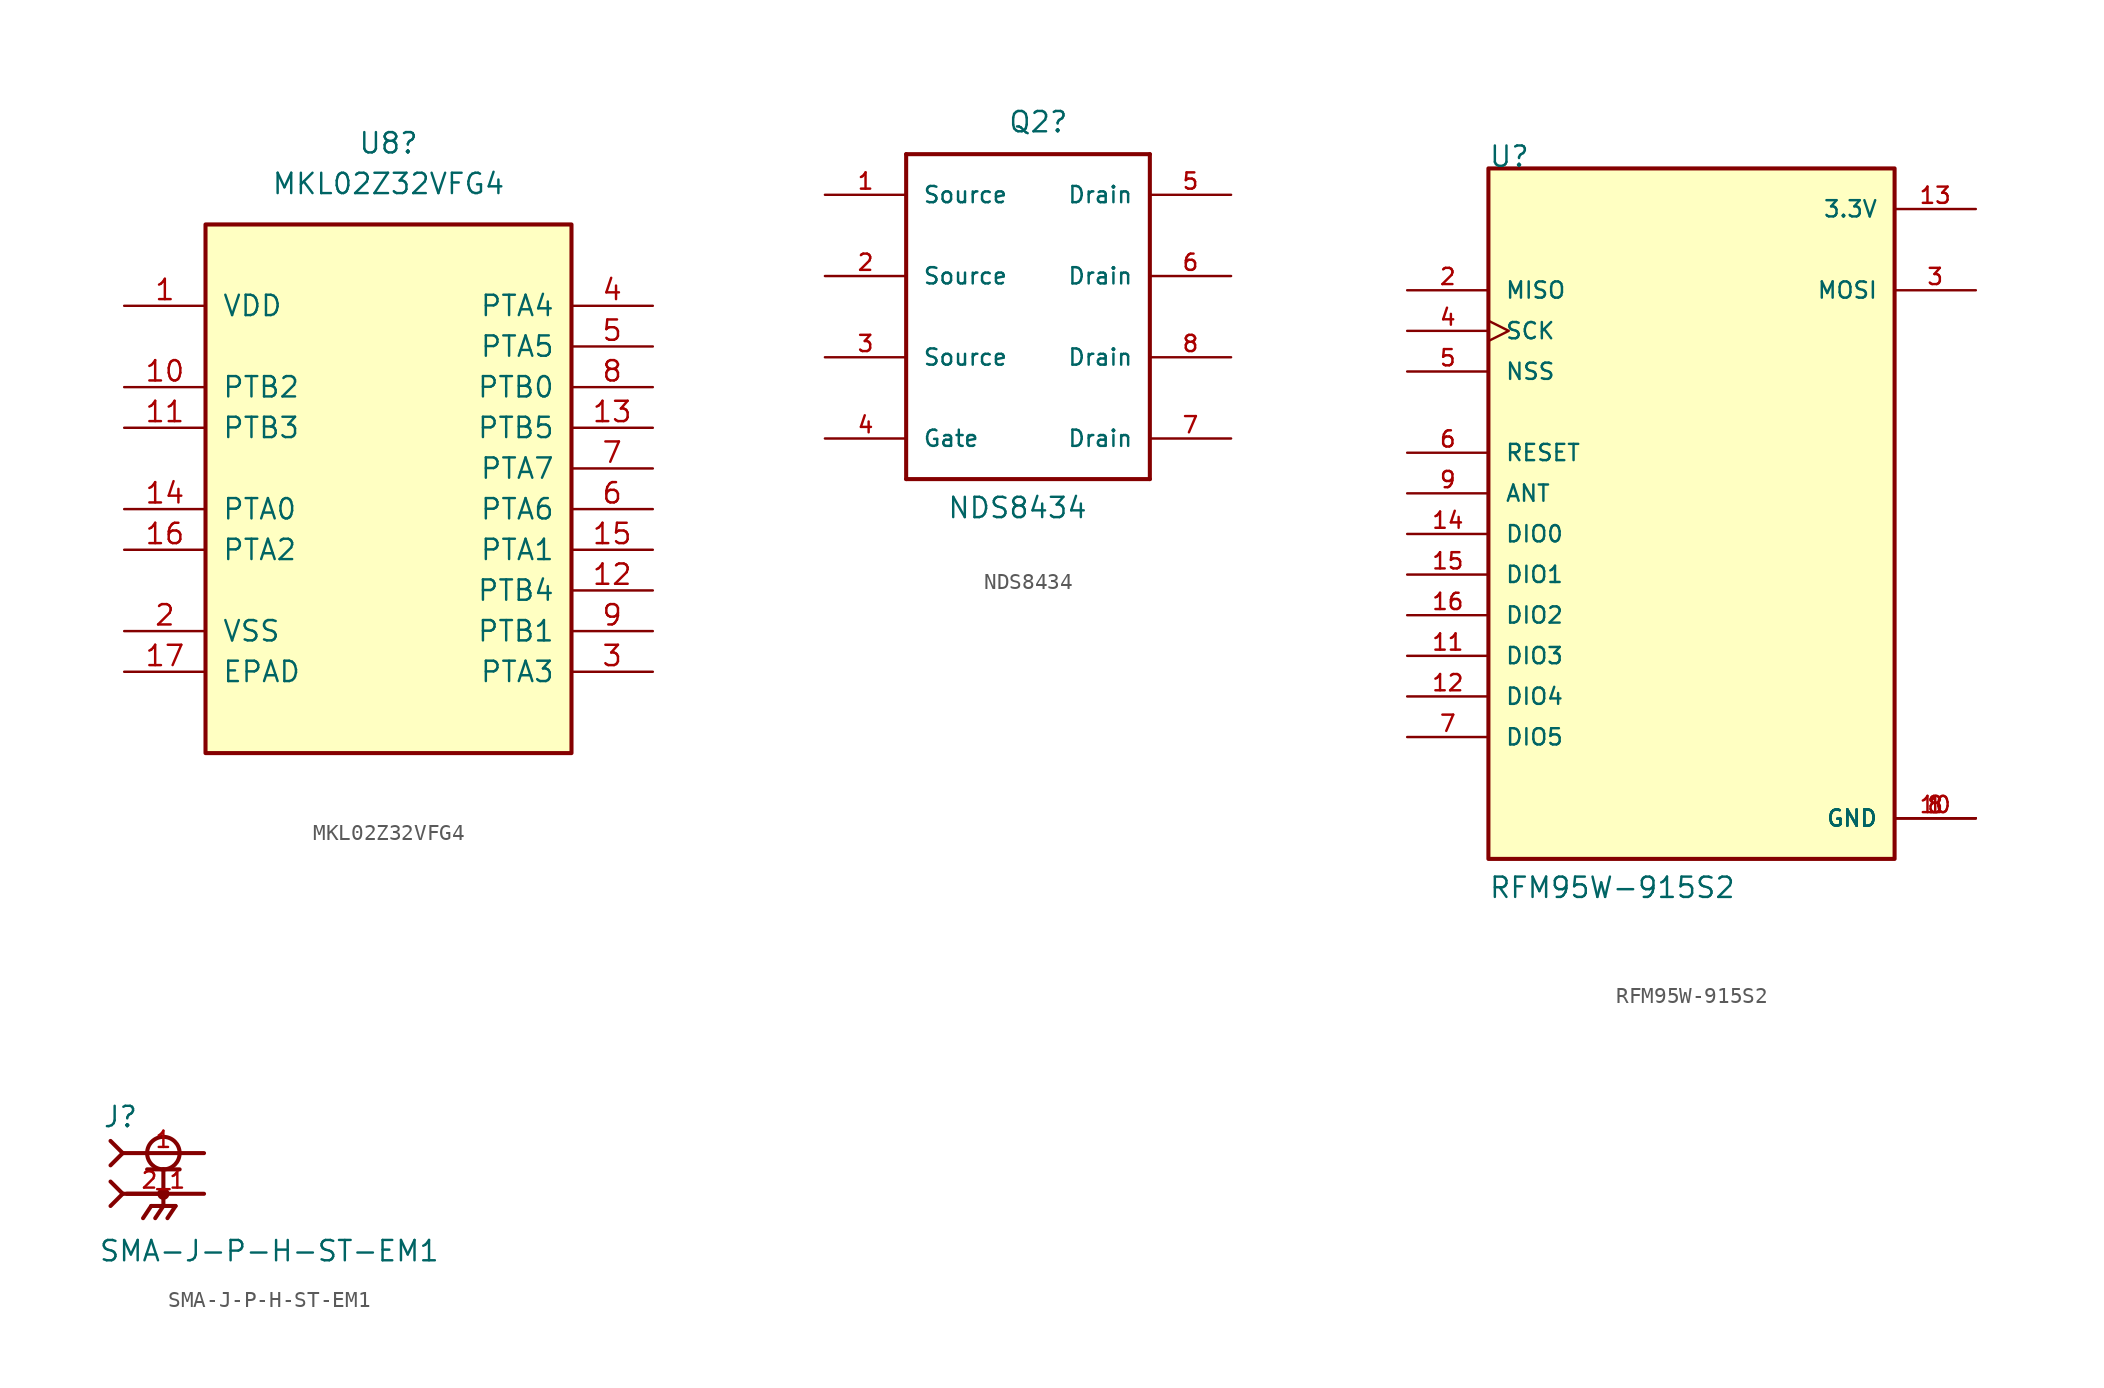
<source format=kicad_sym>
(kicad_symbol_lib
  (version 20231120)
  (generator "kicad_symbol_editor")
  (generator_version "8.0")
  (symbol "MKL02Z32VFG4"
    (pin_names
      (offset 1.016))
    (property "Reference" "U8"
      (at 0 21.59 0)
      (effects (font (size 1.27 1.27))))
    (property "Value" "MKL02Z32VFG4"
      (at 0 19.05 0)
      (effects (font (size 1.27 1.27))))
    (property "Tolerance" ""
      (at 0 -12.7 0)
      (effects (font (size 1.27 1.27))))
    (property "Power Rating" ""
      (at 0 -12.7 0)
      (effects (font (size 1.27 1.27))))
    (symbol "MKL02Z32VFG4_0_1"
      (rectangle (start -11.43 16.51) (end 11.43 -16.51) (stroke (width 0.254) (type default)) (fill (type background))))
    (symbol "MKL02Z32VFG4_1_1"
      (pin power_in line (at -16.51 11.43 0) (length 5.08) (name "VDD" (effects (font (size 1.27 1.27)))) (number "1" (effects (font (size 1.27 1.27)))))
      (pin bidirectional line (at -16.51 6.35 0) (length 5.08) (name "PTB2" (effects (font (size 1.27 1.27)))) (number "10" (effects (font (size 1.27 1.27)))))
      (pin bidirectional line (at -16.51 3.81 0) (length 5.08) (name "PTB3" (effects (font (size 1.27 1.27)))) (number "11" (effects (font (size 1.27 1.27)))))
      (pin bidirectional line (at 16.51 -6.35 180) (length 5.08) (name "PTB4" (effects (font (size 1.27 1.27)))) (number "12" (effects (font (size 1.27 1.27)))))
      (pin bidirectional line (at 16.51 3.81 180) (length 5.08) (name "PTB5" (effects (font (size 1.27 1.27)))) (number "13" (effects (font (size 1.27 1.27)))))
      (pin bidirectional line (at -16.51 -1.27 0) (length 5.08) (name "PTA0" (effects (font (size 1.27 1.27)))) (number "14" (effects (font (size 1.27 1.27)))))
      (pin bidirectional line (at 16.51 -3.81 180) (length 5.08) (name "PTA1" (effects (font (size 1.27 1.27)))) (number "15" (effects (font (size 1.27 1.27)))))
      (pin bidirectional line (at -16.51 -3.81 0) (length 5.08) (name "PTA2" (effects (font (size 1.27 1.27)))) (number "16" (effects (font (size 1.27 1.27)))))
      (pin power_in line (at -16.51 -11.43 0) (length 5.08) (name "EPAD" (effects (font (size 1.27 1.27)))) (number "17" (effects (font (size 1.27 1.27)))))
      (pin power_in line (at -16.51 -8.89 0) (length 5.08) (name "VSS" (effects (font (size 1.27 1.27)))) (number "2" (effects (font (size 1.27 1.27)))))
      (pin bidirectional line (at 16.51 -11.43 180) (length 5.08) (name "PTA3" (effects (font (size 1.27 1.27)))) (number "3" (effects (font (size 1.27 1.27)))))
      (pin bidirectional line (at 16.51 11.43 180) (length 5.08) (name "PTA4" (effects (font (size 1.27 1.27)))) (number "4" (effects (font (size 1.27 1.27)))))
      (pin bidirectional line (at 16.51 8.89 180) (length 5.08) (name "PTA5" (effects (font (size 1.27 1.27)))) (number "5" (effects (font (size 1.27 1.27)))))
      (pin bidirectional line (at 16.51 -1.27 180) (length 5.08) (name "PTA6" (effects (font (size 1.27 1.27)))) (number "6" (effects (font (size 1.27 1.27)))))
      (pin bidirectional line (at 16.51 1.27 180) (length 5.08) (name "PTA7" (effects (font (size 1.27 1.27)))) (number "7" (effects (font (size 1.27 1.27)))))
      (pin bidirectional line (at 16.51 6.35 180) (length 5.08) (name "PTB0" (effects (font (size 1.27 1.27)))) (number "8" (effects (font (size 1.27 1.27)))))
      (pin bidirectional line (at 16.51 -8.89 180) (length 5.08) (name "PTB1" (effects (font (size 1.27 1.27)))) (number "9" (effects (font (size 1.27 1.27)))))))
  (symbol "NDS8434"
    (pin_names
      (offset 1.016))
    (property "Reference" "Q2"
      (at -1.27 11.43 0)
      (effects (font (size 1.27 1.27)) (justify left bottom)))
    (property "Value" "NDS8434"
      (at -5.08 -12.7 0)
      (effects (font (size 1.27 1.27)) (justify left bottom)))
    (property "Tolerance" ""
      (at 0 0 0)
      (effects (font (size 1.27 1.27))))
    (property "Power Rating" ""
      (at 0 0 0)
      (effects (font (size 1.27 1.27))))
    (symbol "NDS8434_0_0"
      (polyline (pts (xy -7.62 -10.16) (xy -7.62 10.16)) (stroke (width 0.254) (type default)) (fill (type none)))
      (polyline (pts (xy -7.62 10.16) (xy 7.62 10.16)) (stroke (width 0.254) (type default)) (fill (type none)))
      (polyline (pts (xy 7.62 -10.16) (xy -7.62 -10.16)) (stroke (width 0.254) (type default)) (fill (type none)))
      (polyline (pts (xy 7.62 10.16) (xy 7.62 -10.16)) (stroke (width 0.254) (type default)) (fill (type none)))
      (pin bidirectional line (at -12.7 7.62 0) (length 5.08) (name "Source" (effects (font (size 1.016 1.016)))) (number "1" (effects (font (size 1.016 1.016)))))
      (pin bidirectional line (at -12.7 2.54 0) (length 5.08) (name "Source" (effects (font (size 1.016 1.016)))) (number "2" (effects (font (size 1.016 1.016)))))
      (pin bidirectional line (at -12.7 -2.54 0) (length 5.08) (name "Source" (effects (font (size 1.016 1.016)))) (number "3" (effects (font (size 1.016 1.016)))))
      (pin bidirectional line (at -12.7 -7.62 0) (length 5.08) (name "Gate" (effects (font (size 1.016 1.016)))) (number "4" (effects (font (size 1.016 1.016)))))
      (pin bidirectional line (at 12.7 7.62 180) (length 5.08) (name "Drain" (effects (font (size 1.016 1.016)))) (number "5" (effects (font (size 1.016 1.016)))))
      (pin bidirectional line (at 12.7 2.54 180) (length 5.08) (name "Drain" (effects (font (size 1.016 1.016)))) (number "6" (effects (font (size 1.016 1.016)))))
      (pin bidirectional line (at 12.7 -7.62 180) (length 5.08) (name "Drain" (effects (font (size 1.016 1.016)))) (number "7" (effects (font (size 1.016 1.016)))))
      (pin bidirectional line (at 12.7 -2.54 180) (length 5.08) (name "Drain" (effects (font (size 1.016 1.016)))) (number "8" (effects (font (size 1.016 1.016)))))))
  (symbol "RFM95W-915S2"
    (pin_names
      (offset 1.016))
    (property "Reference" "U"
      (at -12.7 22.86 0)
      (effects (font (size 1.27 1.27)) (justify left bottom)))
    (property "Value" "RFM95W-915S2"
      (at -12.7 -22.86 0)
      (effects (font (size 1.27 1.27)) (justify left bottom)))
    (symbol "RFM95W-915S2_0_0"
      (rectangle (start -12.7 22.86) (end 12.7 -20.32) (stroke (width 0.254) (type default)) (fill (type background)))
      (pin power_in line (at 17.78 -17.78 180) (length 5.08) (name "GND" (effects (font (size 1.016 1.016)))) (number "1" (effects (font (size 1.016 1.016)))))
      (pin power_in line (at 17.78 -17.78 180) (length 5.08) (name "GND" (effects (font (size 1.016 1.016)))) (number "10" (effects (font (size 1.016 1.016)))))
      (pin bidirectional line (at -17.78 -7.62 0) (length 5.08) (name "DIO3" (effects (font (size 1.016 1.016)))) (number "11" (effects (font (size 1.016 1.016)))))
      (pin bidirectional line (at -17.78 -10.16 0) (length 5.08) (name "DIO4" (effects (font (size 1.016 1.016)))) (number "12" (effects (font (size 1.016 1.016)))))
      (pin power_in line (at 17.78 20.32 180) (length 5.08) (name "3.3V" (effects (font (size 1.016 1.016)))) (number "13" (effects (font (size 1.016 1.016)))))
      (pin bidirectional line (at -17.78 0 0) (length 5.08) (name "DIO0" (effects (font (size 1.016 1.016)))) (number "14" (effects (font (size 1.016 1.016)))))
      (pin bidirectional line (at -17.78 -2.54 0) (length 5.08) (name "DIO1" (effects (font (size 1.016 1.016)))) (number "15" (effects (font (size 1.016 1.016)))))
      (pin bidirectional line (at -17.78 -5.08 0) (length 5.08) (name "DIO2" (effects (font (size 1.016 1.016)))) (number "16" (effects (font (size 1.016 1.016)))))
      (pin input line (at -17.78 15.24 0) (length 5.08) (name "MISO" (effects (font (size 1.016 1.016)))) (number "2" (effects (font (size 1.016 1.016)))))
      (pin output line (at 17.78 15.24 180) (length 5.08) (name "MOSI" (effects (font (size 1.016 1.016)))) (number "3" (effects (font (size 1.016 1.016)))))
      (pin input clock (at -17.78 12.7 0) (length 5.08) (name "SCK" (effects (font (size 1.016 1.016)))) (number "4" (effects (font (size 1.016 1.016)))))
      (pin input line (at -17.78 10.16 0) (length 5.08) (name "NSS" (effects (font (size 1.016 1.016)))) (number "5" (effects (font (size 1.016 1.016)))))
      (pin bidirectional line (at -17.78 5.08 0) (length 5.08) (name "RESET" (effects (font (size 1.016 1.016)))) (number "6" (effects (font (size 1.016 1.016)))))
      (pin bidirectional line (at -17.78 -12.7 0) (length 5.08) (name "DIO5" (effects (font (size 1.016 1.016)))) (number "7" (effects (font (size 1.016 1.016)))))
      (pin power_in line (at 17.78 -17.78 180) (length 5.08) (name "GND" (effects (font (size 1.016 1.016)))) (number "8" (effects (font (size 1.016 1.016)))))
      (pin bidirectional line (at -17.78 2.54 0) (length 5.08) (name "ANT" (effects (font (size 1.016 1.016)))) (number "9" (effects (font (size 1.016 1.016)))))))
  (symbol "SMA-J-P-H-ST-EM1"
    (pin_names
      (offset 1.016))
    (property "Reference" "J"
      (at -3.81 4.064 0)
      (effects (font (size 1.27 1.27)) (justify left bottom)))
    (property "Value" "SMA-J-P-H-ST-EM1"
      (at -4.064 -4.318 0)
      (effects (font (size 1.27 1.27)) (justify left bottom)))
    (symbol "SMA-J-P-H-ST-EM1_0_0"
      (polyline (pts (xy -3.302 -0.762) (xy -2.54 0)) (stroke (width 0.254) (type default)) (fill (type none)))
      (polyline (pts (xy -3.302 0.762) (xy -2.54 0)) (stroke (width 0.254) (type default)) (fill (type none)))
      (polyline (pts (xy -3.302 1.778) (xy -2.54 2.54)) (stroke (width 0.254) (type default)) (fill (type none)))
      (polyline (pts (xy -3.302 3.302) (xy -2.54 2.54)) (stroke (width 0.254) (type default)) (fill (type none)))
      (polyline (pts (xy -2.54 0) (xy 0 0)) (stroke (width 0.254) (type default)) (fill (type none)))
      (polyline (pts (xy -2.54 2.54) (xy 2.54 2.54)) (stroke (width 0.254) (type default)) (fill (type none)))
      (polyline (pts (xy -1.016 1.524) (xy 0 1.524)) (stroke (width 0.254) (type default)) (fill (type none)))
      (polyline (pts (xy -0.762 -0.762) (xy -1.27 -1.524)) (stroke (width 0.254) (type default)) (fill (type none)))
      (polyline (pts (xy 0 -0.762) (xy -0.762 -0.762)) (stroke (width 0.254) (type default)) (fill (type none)))
      (polyline (pts (xy 0 -0.762) (xy -0.508 -1.524)) (stroke (width 0.254) (type default)) (fill (type none)))
      (polyline (pts (xy 0 -0.762) (xy 0.762 -0.762)) (stroke (width 0.254) (type default)) (fill (type none)))
      (polyline (pts (xy 0 0) (xy -2.286 0)) (stroke (width 0.254) (type default)) (fill (type none)))
      (polyline (pts (xy 0 0) (xy 0 -0.762)) (stroke (width 0.254) (type default)) (fill (type none)))
      (polyline (pts (xy 0 1.524) (xy 0 0)) (stroke (width 0.254) (type default)) (fill (type none)))
      (polyline (pts (xy 0 1.524) (xy 1.016 1.524)) (stroke (width 0.254) (type default)) (fill (type none)))
      (polyline (pts (xy 0.762 -0.762) (xy 0.254 -1.524)) (stroke (width 0.254) (type default)) (fill (type none)))
      (polyline (pts (xy 2.54 0) (xy 0 0)) (stroke (width 0.254) (type default)) (fill (type none)))
      (circle (center 0 0) (radius 0.254) (stroke (width 0.254) (type default)) (fill (type none)))
      (circle (center 0 2.54) (radius 1.016) (stroke (width 0.254) (type default)) (fill (type none)))
      (pin passive line (at 2.54 2.54 180) (length 5.08) (name "~" (effects (font (size 1.016 1.016)))) (number "1" (effects (font (size 1.016 1.016)))))
      (pin passive line (at 2.54 0 180) (length 5.08) (name "~" (effects (font (size 1.016 1.016)))) (number "2_1" (effects (font (size 1.016 1.016))))))))
</source>
